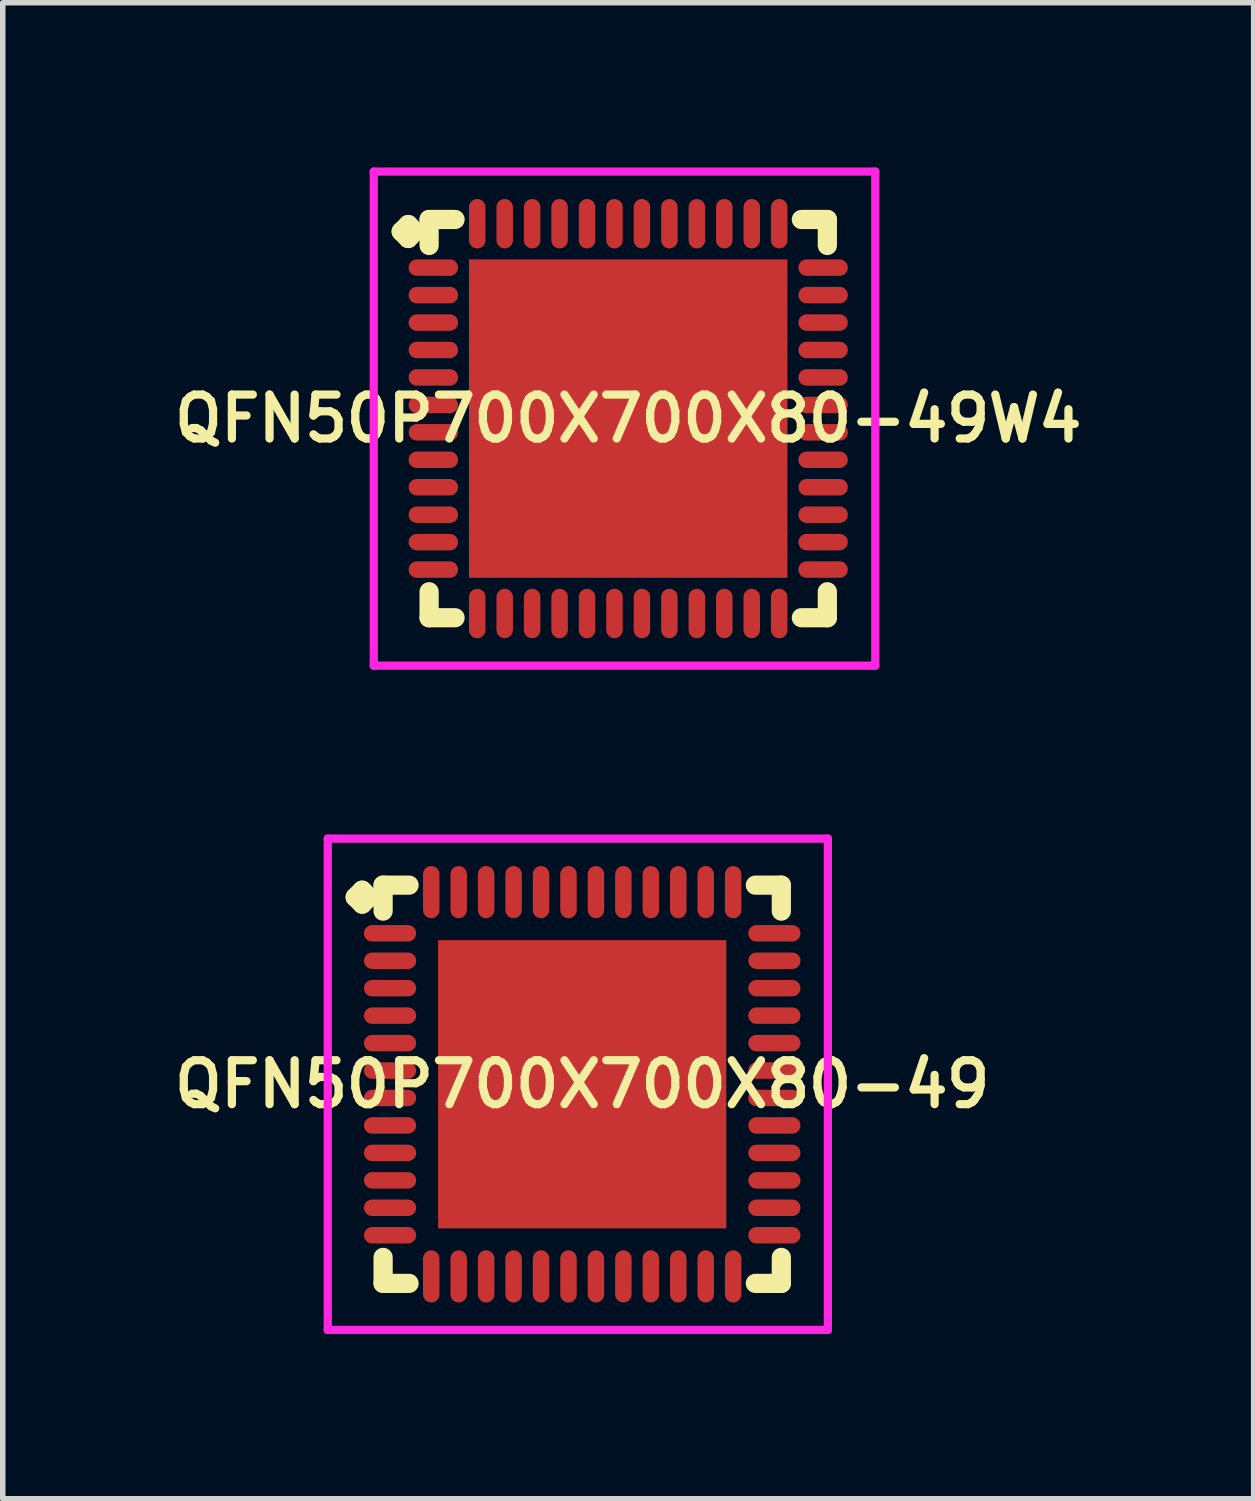
<source format=kicad_pcb>
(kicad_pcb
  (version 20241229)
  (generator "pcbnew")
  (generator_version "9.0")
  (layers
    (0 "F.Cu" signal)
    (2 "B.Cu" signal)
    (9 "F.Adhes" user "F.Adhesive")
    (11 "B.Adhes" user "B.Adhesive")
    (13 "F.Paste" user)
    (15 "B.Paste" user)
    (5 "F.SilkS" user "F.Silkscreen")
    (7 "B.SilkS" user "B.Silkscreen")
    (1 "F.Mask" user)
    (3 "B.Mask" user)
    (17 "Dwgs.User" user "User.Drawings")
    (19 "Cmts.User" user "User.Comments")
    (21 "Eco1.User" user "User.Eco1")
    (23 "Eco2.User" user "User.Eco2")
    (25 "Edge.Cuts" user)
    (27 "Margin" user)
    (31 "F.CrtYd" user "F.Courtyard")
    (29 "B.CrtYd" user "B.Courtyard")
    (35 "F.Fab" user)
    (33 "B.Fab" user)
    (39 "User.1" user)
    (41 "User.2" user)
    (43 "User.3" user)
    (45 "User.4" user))
  (footprint "QFN50P700X700X80-49"
    (layer "F.Cu")
    (at 7.555 16.7)
    (property "Reference" "QFN50P700X700X80-49" (at 0 0 0) (layer "F.SilkS") (effects (font (size 0.8 0.8) (thickness 0.15))))
    (attr smd)
    (fp_line (start -4.135 -3.408) (end -4.008 -3.535) (stroke (width 0.35) (type solid)) (layer "F.SilkS"))
    (fp_line (start -4.008 -3.535) (end -3.881 -3.408) (stroke (width 0.35) (type solid)) (layer "F.SilkS"))
    (fp_line (start -4.008 -3.281) (end -4.135 -3.408) (stroke (width 0.35) (type solid)) (layer "F.SilkS"))
    (fp_line (start -3.881 -3.408) (end -4.008 -3.281) (stroke (width 0.35) (type solid)) (layer "F.SilkS"))
    (fp_line (start -3.627 -3.627) (end -3.154 -3.627) (stroke (width 0.35) (type solid)) (layer "F.SilkS"))
    (fp_line (start -3.627 -3.154) (end -3.627 -3.627) (stroke (width 0.35) (type solid)) (layer "F.SilkS"))
    (fp_line (start -3.627 3.154) (end -3.627 3.627) (stroke (width 0.35) (type solid)) (layer "F.SilkS"))
    (fp_line (start -3.627 3.627) (end -3.154 3.627) (stroke (width 0.35) (type solid)) (layer "F.SilkS"))
    (fp_line (start 3.154 -3.627) (end 3.627 -3.627) (stroke (width 0.35) (type solid)) (layer "F.SilkS"))
    (fp_line (start 3.154 3.627) (end 3.627 3.627) (stroke (width 0.35) (type solid)) (layer "F.SilkS"))
    (fp_line (start 3.627 -3.627) (end 3.627 -3.154) (stroke (width 0.35) (type solid)) (layer "F.SilkS"))
    (fp_line (start 3.627 3.627) (end 3.627 3.154) (stroke (width 0.35) (type solid)) (layer "F.SilkS"))
    (fp_line (start -4.635 -4.475) (end 4.475 -4.475) (stroke (width 0.15) (type solid)) (layer "F.CrtYd"))
    (fp_line (start -4.635 4.475) (end -4.635 -4.475) (stroke (width 0.15) (type solid)) (layer "F.CrtYd"))
    (fp_line (start 4.475 -4.475) (end 4.475 4.475) (stroke (width 0.15) (type solid)) (layer "F.CrtYd"))
    (fp_line (start 4.475 4.475) (end -4.635 4.475) (stroke (width 0.15) (type solid)) (layer "F.CrtYd"))
    (pad "1" smd oval (at -3.5 -2.75) (size 0.95 0.3) (layers "F.Cu" "F.Mask" "F.Paste"))
    (pad "2" smd oval (at -3.5 -2.25) (size 0.95 0.3) (layers "F.Cu" "F.Mask" "F.Paste"))
    (pad "3" smd oval (at -3.5 -1.75) (size 0.95 0.3) (layers "F.Cu" "F.Mask" "F.Paste"))
    (pad "4" smd oval (at -3.5 -1.25) (size 0.95 0.3) (layers "F.Cu" "F.Mask" "F.Paste"))
    (pad "5" smd oval (at -3.5 -0.75) (size 0.95 0.3) (layers "F.Cu" "F.Mask" "F.Paste"))
    (pad "6" smd oval (at -3.5 -0.25) (size 0.95 0.3) (layers "F.Cu" "F.Mask" "F.Paste"))
    (pad "7" smd oval (at -3.5 0.25) (size 0.95 0.3) (layers "F.Cu" "F.Mask" "F.Paste"))
    (pad "8" smd oval (at -3.5 0.75) (size 0.95 0.3) (layers "F.Cu" "F.Mask" "F.Paste"))
    (pad "9" smd oval (at -3.5 1.25) (size 0.95 0.3) (layers "F.Cu" "F.Mask" "F.Paste"))
    (pad "10" smd oval (at -3.5 1.75) (size 0.95 0.3) (layers "F.Cu" "F.Mask" "F.Paste"))
    (pad "11" smd oval (at -3.5 2.25) (size 0.95 0.3) (layers "F.Cu" "F.Mask" "F.Paste"))
    (pad "12" smd oval (at -3.5 2.75) (size 0.95 0.3) (layers "F.Cu" "F.Mask" "F.Paste"))
    (pad "13" smd oval (at -2.75 3.5) (size 0.3 0.95) (layers "F.Cu" "F.Mask" "F.Paste"))
    (pad "14" smd oval (at -2.25 3.5) (size 0.3 0.95) (layers "F.Cu" "F.Mask" "F.Paste"))
    (pad "15" smd oval (at -1.75 3.5) (size 0.3 0.95) (layers "F.Cu" "F.Mask" "F.Paste"))
    (pad "16" smd oval (at -1.25 3.5) (size 0.3 0.95) (layers "F.Cu" "F.Mask" "F.Paste"))
    (pad "17" smd oval (at -0.75 3.5) (size 0.3 0.95) (layers "F.Cu" "F.Mask" "F.Paste"))
    (pad "18" smd oval (at -0.25 3.5) (size 0.3 0.95) (layers "F.Cu" "F.Mask" "F.Paste"))
    (pad "19" smd oval (at 0.25 3.5) (size 0.3 0.95) (layers "F.Cu" "F.Mask" "F.Paste"))
    (pad "20" smd oval (at 0.75 3.5) (size 0.3 0.95) (layers "F.Cu" "F.Mask" "F.Paste"))
    (pad "21" smd oval (at 1.25 3.5) (size 0.3 0.95) (layers "F.Cu" "F.Mask" "F.Paste"))
    (pad "22" smd oval (at 1.75 3.5) (size 0.3 0.95) (layers "F.Cu" "F.Mask" "F.Paste"))
    (pad "23" smd oval (at 2.25 3.5) (size 0.3 0.95) (layers "F.Cu" "F.Mask" "F.Paste"))
    (pad "24" smd oval (at 2.75 3.5) (size 0.3 0.95) (layers "F.Cu" "F.Mask" "F.Paste"))
    (pad "25" smd oval (at 3.5 2.75) (size 0.95 0.3) (layers "F.Cu" "F.Mask" "F.Paste"))
    (pad "26" smd oval (at 3.5 2.25) (size 0.95 0.3) (layers "F.Cu" "F.Mask" "F.Paste"))
    (pad "27" smd oval (at 3.5 1.75) (size 0.95 0.3) (layers "F.Cu" "F.Mask" "F.Paste"))
    (pad "28" smd oval (at 3.5 1.25) (size 0.95 0.3) (layers "F.Cu" "F.Mask" "F.Paste"))
    (pad "29" smd oval (at 3.5 0.75) (size 0.95 0.3) (layers "F.Cu" "F.Mask" "F.Paste"))
    (pad "30" smd oval (at 3.5 0.25) (size 0.95 0.3) (layers "F.Cu" "F.Mask" "F.Paste"))
    (pad "31" smd oval (at 3.5 -0.25) (size 0.95 0.3) (layers "F.Cu" "F.Mask" "F.Paste"))
    (pad "32" smd oval (at 3.5 -0.75) (size 0.95 0.3) (layers "F.Cu" "F.Mask" "F.Paste"))
    (pad "33" smd oval (at 3.5 -1.25) (size 0.95 0.3) (layers "F.Cu" "F.Mask" "F.Paste"))
    (pad "34" smd oval (at 3.5 -1.75) (size 0.95 0.3) (layers "F.Cu" "F.Mask" "F.Paste"))
    (pad "35" smd oval (at 3.5 -2.25) (size 0.95 0.3) (layers "F.Cu" "F.Mask" "F.Paste"))
    (pad "36" smd oval (at 3.5 -2.75) (size 0.95 0.3) (layers "F.Cu" "F.Mask" "F.Paste"))
    (pad "37" smd oval (at 2.75 -3.5) (size 0.3 0.95) (layers "F.Cu" "F.Mask" "F.Paste"))
    (pad "38" smd oval (at 2.25 -3.5) (size 0.3 0.95) (layers "F.Cu" "F.Mask" "F.Paste"))
    (pad "39" smd oval (at 1.75 -3.5) (size 0.3 0.95) (layers "F.Cu" "F.Mask" "F.Paste"))
    (pad "40" smd oval (at 1.25 -3.5) (size 0.3 0.95) (layers "F.Cu" "F.Mask" "F.Paste"))
    (pad "41" smd oval (at 0.75 -3.5) (size 0.3 0.95) (layers "F.Cu" "F.Mask" "F.Paste"))
    (pad "42" smd oval (at 0.25 -3.5) (size 0.3 0.95) (layers "F.Cu" "F.Mask" "F.Paste"))
    (pad "43" smd oval (at -0.25 -3.5) (size 0.3 0.95) (layers "F.Cu" "F.Mask" "F.Paste"))
    (pad "44" smd oval (at -0.75 -3.5) (size 0.3 0.95) (layers "F.Cu" "F.Mask" "F.Paste"))
    (pad "45" smd oval (at -1.25 -3.5) (size 0.3 0.95) (layers "F.Cu" "F.Mask" "F.Paste"))
    (pad "46" smd oval (at -1.75 -3.5) (size 0.3 0.95) (layers "F.Cu" "F.Mask" "F.Paste"))
    (pad "47" smd oval (at -2.25 -3.5) (size 0.3 0.95) (layers "F.Cu" "F.Mask" "F.Paste"))
    (pad "48" smd oval (at -2.75 -3.5) (size 0.3 0.95) (layers "F.Cu" "F.Mask" "F.Paste"))
    (pad "49" smd rect (at 0 0) (size 5.25 5.25) (layers "F.Cu" "F.Mask" "F.Paste")))
  (footprint "QFN50P700X700X80-49W4"
    (layer "F.Cu")
    (at 8.393 4.575)
    (property "Reference" "QFN50P700X700X80-49W4" (at 0 0 0) (layer "F.SilkS") (effects (font (size 0.8 0.8) (thickness 0.15))))
    (attr through_hole)
    (fp_line (start -4.135 -3.408) (end -4.008 -3.535) (stroke (width 0.35) (type solid)) (layer "F.SilkS"))
    (fp_line (start -4.008 -3.535) (end -3.881 -3.408) (stroke (width 0.35) (type solid)) (layer "F.SilkS"))
    (fp_line (start -4.008 -3.281) (end -4.135 -3.408) (stroke (width 0.35) (type solid)) (layer "F.SilkS"))
    (fp_line (start -3.881 -3.408) (end -4.008 -3.281) (stroke (width 0.35) (type solid)) (layer "F.SilkS"))
    (fp_line (start -3.627 -3.627) (end -3.154 -3.627) (stroke (width 0.35) (type solid)) (layer "F.SilkS"))
    (fp_line (start -3.627 -3.154) (end -3.627 -3.627) (stroke (width 0.35) (type solid)) (layer "F.SilkS"))
    (fp_line (start -3.627 3.154) (end -3.627 3.627) (stroke (width 0.35) (type solid)) (layer "F.SilkS"))
    (fp_line (start -3.627 3.627) (end -3.154 3.627) (stroke (width 0.35) (type solid)) (layer "F.SilkS"))
    (fp_line (start 3.154 -3.627) (end 3.627 -3.627) (stroke (width 0.35) (type solid)) (layer "F.SilkS"))
    (fp_line (start 3.154 3.627) (end 3.627 3.627) (stroke (width 0.35) (type solid)) (layer "F.SilkS"))
    (fp_line (start 3.627 -3.627) (end 3.627 -3.154) (stroke (width 0.35) (type solid)) (layer "F.SilkS"))
    (fp_line (start 3.627 3.627) (end 3.627 3.154) (stroke (width 0.35) (type solid)) (layer "F.SilkS"))
    (fp_line (start -4.635 -4.5) (end 4.5 -4.5) (stroke (width 0.15) (type solid)) (layer "F.CrtYd"))
    (fp_line (start -4.635 4.5) (end -4.635 -4.5) (stroke (width 0.15) (type solid)) (layer "F.CrtYd"))
    (fp_line (start 4.5 -4.5) (end 4.5 4.5) (stroke (width 0.15) (type solid)) (layer "F.CrtYd"))
    (fp_line (start 4.5 4.5) (end -4.635 4.5) (stroke (width 0.15) (type solid)) (layer "F.CrtYd"))
    (pad "1" smd oval (at -3.55 -2.75) (size 0.9 0.3) (layers "F.Cu" "F.Mask" "F.Paste"))
    (pad "2" smd oval (at -3.55 -2.25) (size 0.9 0.3) (layers "F.Cu" "F.Mask" "F.Paste"))
    (pad "3" smd oval (at -3.55 -1.75) (size 0.9 0.3) (layers "F.Cu" "F.Mask" "F.Paste"))
    (pad "4" smd oval (at -3.55 -1.25) (size 0.9 0.3) (layers "F.Cu" "F.Mask" "F.Paste"))
    (pad "5" smd oval (at -3.55 -0.75) (size 0.9 0.3) (layers "F.Cu" "F.Mask" "F.Paste"))
    (pad "6" smd oval (at -3.55 -0.25) (size 0.9 0.3) (layers "F.Cu" "F.Mask" "F.Paste"))
    (pad "7" smd oval (at -3.55 0.25) (size 0.9 0.3) (layers "F.Cu" "F.Mask" "F.Paste"))
    (pad "8" smd oval (at -3.55 0.75) (size 0.9 0.3) (layers "F.Cu" "F.Mask" "F.Paste"))
    (pad "9" smd oval (at -3.55 1.25) (size 0.9 0.3) (layers "F.Cu" "F.Mask" "F.Paste"))
    (pad "10" smd oval (at -3.55 1.75) (size 0.9 0.3) (layers "F.Cu" "F.Mask" "F.Paste"))
    (pad "11" smd oval (at -3.55 2.25) (size 0.9 0.3) (layers "F.Cu" "F.Mask" "F.Paste"))
    (pad "12" smd oval (at -3.55 2.75) (size 0.9 0.3) (layers "F.Cu" "F.Mask" "F.Paste"))
    (pad "13" smd oval (at -2.75 3.55) (size 0.3 0.9) (layers "F.Cu" "F.Mask" "F.Paste"))
    (pad "14" smd oval (at -2.25 3.55) (size 0.3 0.9) (layers "F.Cu" "F.Mask" "F.Paste"))
    (pad "15" smd oval (at -1.75 3.55) (size 0.3 0.9) (layers "F.Cu" "F.Mask" "F.Paste"))
    (pad "16" smd oval (at -1.25 3.55) (size 0.3 0.9) (layers "F.Cu" "F.Mask" "F.Paste"))
    (pad "17" smd oval (at -0.75 3.55) (size 0.3 0.9) (layers "F.Cu" "F.Mask" "F.Paste"))
    (pad "18" smd oval (at -0.25 3.55) (size 0.3 0.9) (layers "F.Cu" "F.Mask" "F.Paste"))
    (pad "19" smd oval (at 0.25 3.55) (size 0.3 0.9) (layers "F.Cu" "F.Mask" "F.Paste"))
    (pad "20" smd oval (at 0.75 3.55) (size 0.3 0.9) (layers "F.Cu" "F.Mask" "F.Paste"))
    (pad "21" smd oval (at 1.25 3.55) (size 0.3 0.9) (layers "F.Cu" "F.Mask" "F.Paste"))
    (pad "22" smd oval (at 1.75 3.55) (size 0.3 0.9) (layers "F.Cu" "F.Mask" "F.Paste"))
    (pad "23" smd oval (at 2.25 3.55) (size 0.3 0.9) (layers "F.Cu" "F.Mask" "F.Paste"))
    (pad "24" smd oval (at 2.75 3.55) (size 0.3 0.9) (layers "F.Cu" "F.Mask" "F.Paste"))
    (pad "25" smd oval (at 3.55 2.75) (size 0.9 0.3) (layers "F.Cu" "F.Mask" "F.Paste"))
    (pad "26" smd oval (at 3.55 2.25) (size 0.9 0.3) (layers "F.Cu" "F.Mask" "F.Paste"))
    (pad "27" smd oval (at 3.55 1.75) (size 0.9 0.3) (layers "F.Cu" "F.Mask" "F.Paste"))
    (pad "28" smd oval (at 3.55 1.25) (size 0.9 0.3) (layers "F.Cu" "F.Mask" "F.Paste"))
    (pad "29" smd oval (at 3.55 0.75) (size 0.9 0.3) (layers "F.Cu" "F.Mask" "F.Paste"))
    (pad "30" smd oval (at 3.55 0.25) (size 0.9 0.3) (layers "F.Cu" "F.Mask" "F.Paste"))
    (pad "31" smd oval (at 3.55 -0.25) (size 0.9 0.3) (layers "F.Cu" "F.Mask" "F.Paste"))
    (pad "32" smd oval (at 3.55 -0.75) (size 0.9 0.3) (layers "F.Cu" "F.Mask" "F.Paste"))
    (pad "33" smd oval (at 3.55 -1.25) (size 0.9 0.3) (layers "F.Cu" "F.Mask" "F.Paste"))
    (pad "34" smd oval (at 3.55 -1.75) (size 0.9 0.3) (layers "F.Cu" "F.Mask" "F.Paste"))
    (pad "35" smd oval (at 3.55 -2.25) (size 0.9 0.3) (layers "F.Cu" "F.Mask" "F.Paste"))
    (pad "36" smd oval (at 3.55 -2.75) (size 0.9 0.3) (layers "F.Cu" "F.Mask" "F.Paste"))
    (pad "37" smd oval (at 2.75 -3.55) (size 0.3 0.9) (layers "F.Cu" "F.Mask" "F.Paste"))
    (pad "38" smd oval (at 2.25 -3.55) (size 0.3 0.9) (layers "F.Cu" "F.Mask" "F.Paste"))
    (pad "39" smd oval (at 1.75 -3.55) (size 0.3 0.9) (layers "F.Cu" "F.Mask" "F.Paste"))
    (pad "40" smd oval (at 1.25 -3.55) (size 0.3 0.9) (layers "F.Cu" "F.Mask" "F.Paste"))
    (pad "41" smd oval (at 0.75 -3.55) (size 0.3 0.9) (layers "F.Cu" "F.Mask" "F.Paste"))
    (pad "42" smd oval (at 0.25 -3.55) (size 0.3 0.9) (layers "F.Cu" "F.Mask" "F.Paste"))
    (pad "43" smd oval (at -0.25 -3.55) (size 0.3 0.9) (layers "F.Cu" "F.Mask" "F.Paste"))
    (pad "44" smd oval (at -0.75 -3.55) (size 0.3 0.9) (layers "F.Cu" "F.Mask" "F.Paste"))
    (pad "45" smd oval (at -1.25 -3.55) (size 0.3 0.9) (layers "F.Cu" "F.Mask" "F.Paste"))
    (pad "46" smd oval (at -1.75 -3.55) (size 0.3 0.9) (layers "F.Cu" "F.Mask" "F.Paste"))
    (pad "47" smd oval (at -2.25 -3.55) (size 0.3 0.9) (layers "F.Cu" "F.Mask" "F.Paste"))
    (pad "48" smd oval (at -2.75 -3.55) (size 0.3 0.9) (layers "F.Cu" "F.Mask" "F.Paste"))
    (pad "49" smd rect (at 0 0) (size 5.8 5.8) (layers "F.Cu" "F.Mask" "F.Paste")))
  (gr_rect
    (start -3 -3)
    (end 19.785 24.25)
    (stroke (width 0.1) (type default))
    (fill no)
    (layer "Edge.Cuts")))
</source>
